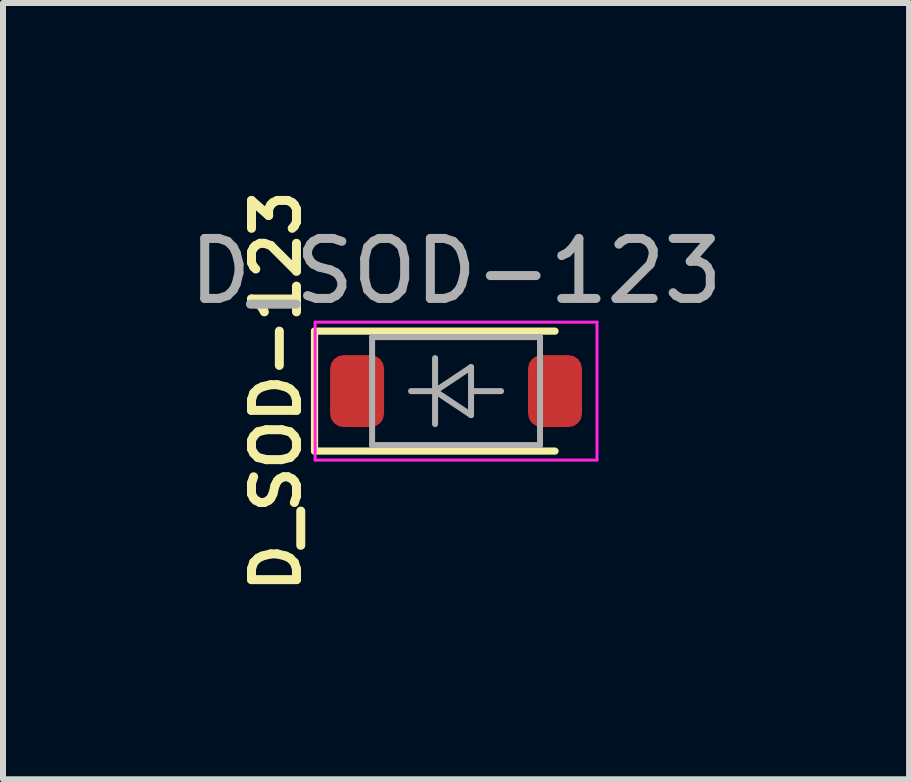
<source format=kicad_pcb>
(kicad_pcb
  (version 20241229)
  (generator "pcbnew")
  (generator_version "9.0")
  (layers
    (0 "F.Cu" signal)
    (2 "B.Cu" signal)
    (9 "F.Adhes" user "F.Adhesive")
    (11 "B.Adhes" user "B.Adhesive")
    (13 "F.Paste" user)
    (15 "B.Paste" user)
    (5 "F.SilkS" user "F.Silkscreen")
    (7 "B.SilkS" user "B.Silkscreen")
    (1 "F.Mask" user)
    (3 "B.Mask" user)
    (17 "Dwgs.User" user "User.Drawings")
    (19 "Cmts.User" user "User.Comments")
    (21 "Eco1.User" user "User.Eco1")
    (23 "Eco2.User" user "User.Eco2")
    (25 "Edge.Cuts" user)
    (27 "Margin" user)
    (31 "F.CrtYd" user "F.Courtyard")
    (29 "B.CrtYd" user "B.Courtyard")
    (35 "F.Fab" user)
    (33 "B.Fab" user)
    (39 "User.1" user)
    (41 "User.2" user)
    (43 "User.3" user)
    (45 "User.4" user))
  (footprint "D_SOD-123"
    (layer "F.Cu")
    (at 4.554 3.471)
    (property "Reference" "D_SOD-123" (at -3 0 270) (layer "F.SilkS") (effects (font (size 0.75 0.75) (thickness 0.15))))
    (attr smd)
    (fp_line (start -2.36 -1) (end -2.36 1) (stroke (width 0.12) (type solid)) (layer "F.SilkS"))
    (fp_line (start -2.36 -1) (end 1.65 -1) (stroke (width 0.12) (type solid)) (layer "F.SilkS"))
    (fp_line (start -2.36 1) (end 1.65 1) (stroke (width 0.12) (type solid)) (layer "F.SilkS"))
    (fp_line (start -2.35 -1.15) (end -2.35 1.15) (stroke (width 0.05) (type solid)) (layer "F.CrtYd"))
    (fp_line (start -2.35 -1.15) (end 2.35 -1.15) (stroke (width 0.05) (type solid)) (layer "F.CrtYd"))
    (fp_line (start 2.35 -1.15) (end 2.35 1.15) (stroke (width 0.05) (type solid)) (layer "F.CrtYd"))
    (fp_line (start 2.35 1.15) (end -2.35 1.15) (stroke (width 0.05) (type solid)) (layer "F.CrtYd"))
    (fp_line (start -1.4 -0.9) (end 1.4 -0.9) (stroke (width 0.1) (type solid)) (layer "F.Fab"))
    (fp_line (start -1.4 0.9) (end -1.4 -0.9) (stroke (width 0.1) (type solid)) (layer "F.Fab"))
    (fp_line (start -0.75 0) (end -0.35 0) (stroke (width 0.1) (type solid)) (layer "F.Fab"))
    (fp_line (start -0.35 0) (end -0.35 -0.55) (stroke (width 0.1) (type solid)) (layer "F.Fab"))
    (fp_line (start -0.35 0) (end -0.35 0.55) (stroke (width 0.1) (type solid)) (layer "F.Fab"))
    (fp_line (start -0.35 0) (end 0.25 -0.4) (stroke (width 0.1) (type solid)) (layer "F.Fab"))
    (fp_line (start 0.25 -0.4) (end 0.25 0.4) (stroke (width 0.1) (type solid)) (layer "F.Fab"))
    (fp_line (start 0.25 0) (end 0.75 0) (stroke (width 0.1) (type solid)) (layer "F.Fab"))
    (fp_line (start 0.25 0.4) (end -0.35 0) (stroke (width 0.1) (type solid)) (layer "F.Fab"))
    (fp_line (start 1.4 -0.9) (end 1.4 0.9) (stroke (width 0.1) (type solid)) (layer "F.Fab"))
    (fp_line (start 1.4 0.9) (end -1.4 0.9) (stroke (width 0.1) (type solid)) (layer "F.Fab"))
    (fp_text user "${REFERENCE}" (at 0 -2 180) (layer "F.Fab") (effects (font (size 1 1) (thickness 0.15))))
    (pad "1" smd roundrect (at -1.65 0) (size 0.9 1.2) (layers "F.Cu" "F.Mask" "F.Paste") (roundrect_rratio 0.25))
    (pad "2" smd roundrect (at 1.65 0) (size 0.9 1.2) (layers "F.Cu" "F.Mask" "F.Paste") (roundrect_rratio 0.25)))
  (gr_rect
    (start -3 -3)
    (end 12.107 9.943)
    (stroke (width 0.1) (type default))
    (fill no)
    (layer "Edge.Cuts")))
</source>
